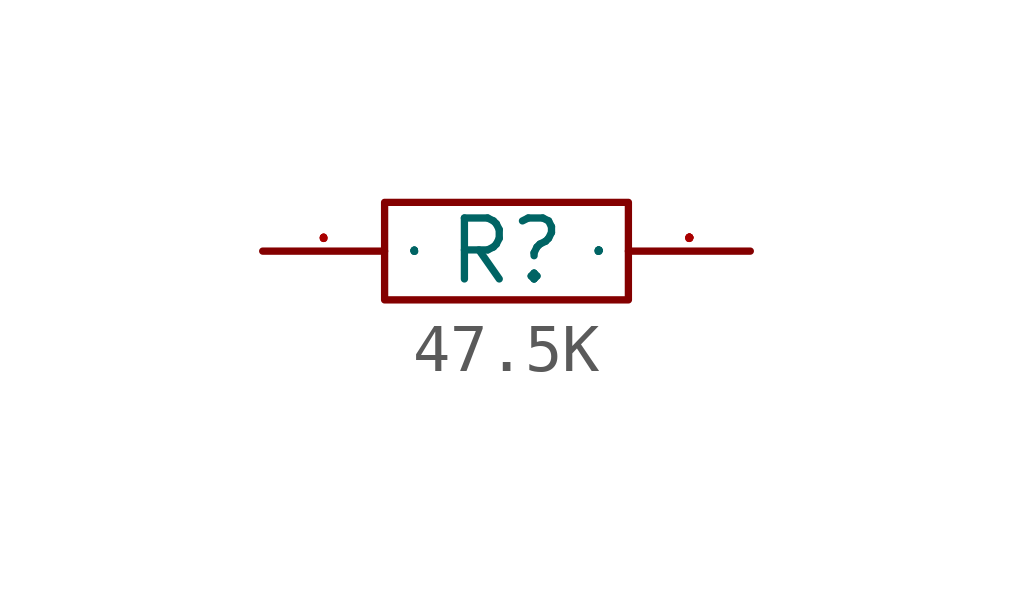
<source format=kicad_sym>
(kicad_symbol_lib
  (version 20231120)
  (generator "kicad_symbol_editor")
  (generator_version "8.0")
  (symbol "47.5K"
    (property "Reference" "R"
      (at 0 0 0)
      (effects (font (size 1.27 1.27))))
    (property "Value" ""
      (at 0 0 0)
      (effects (font (size 1.27 1.27))))
    (symbol "47.5K_1_0"
      (rectangle (start -2.54 -1.016) (end 2.54 1.016) (stroke (width 0) (type default)) (fill (type none)))
      (pin input line (at -5.08 0 0) (length 2.54) (name "1" (effects (font (size 0.025 0.025)))) (number "1" (effects (font (size 0.025 0.025)))))
      (pin input line (at 5.08 0 180) (length 2.54) (name "2" (effects (font (size 0.025 0.025)))) (number "2" (effects (font (size 0.025 0.025))))))))
</source>
